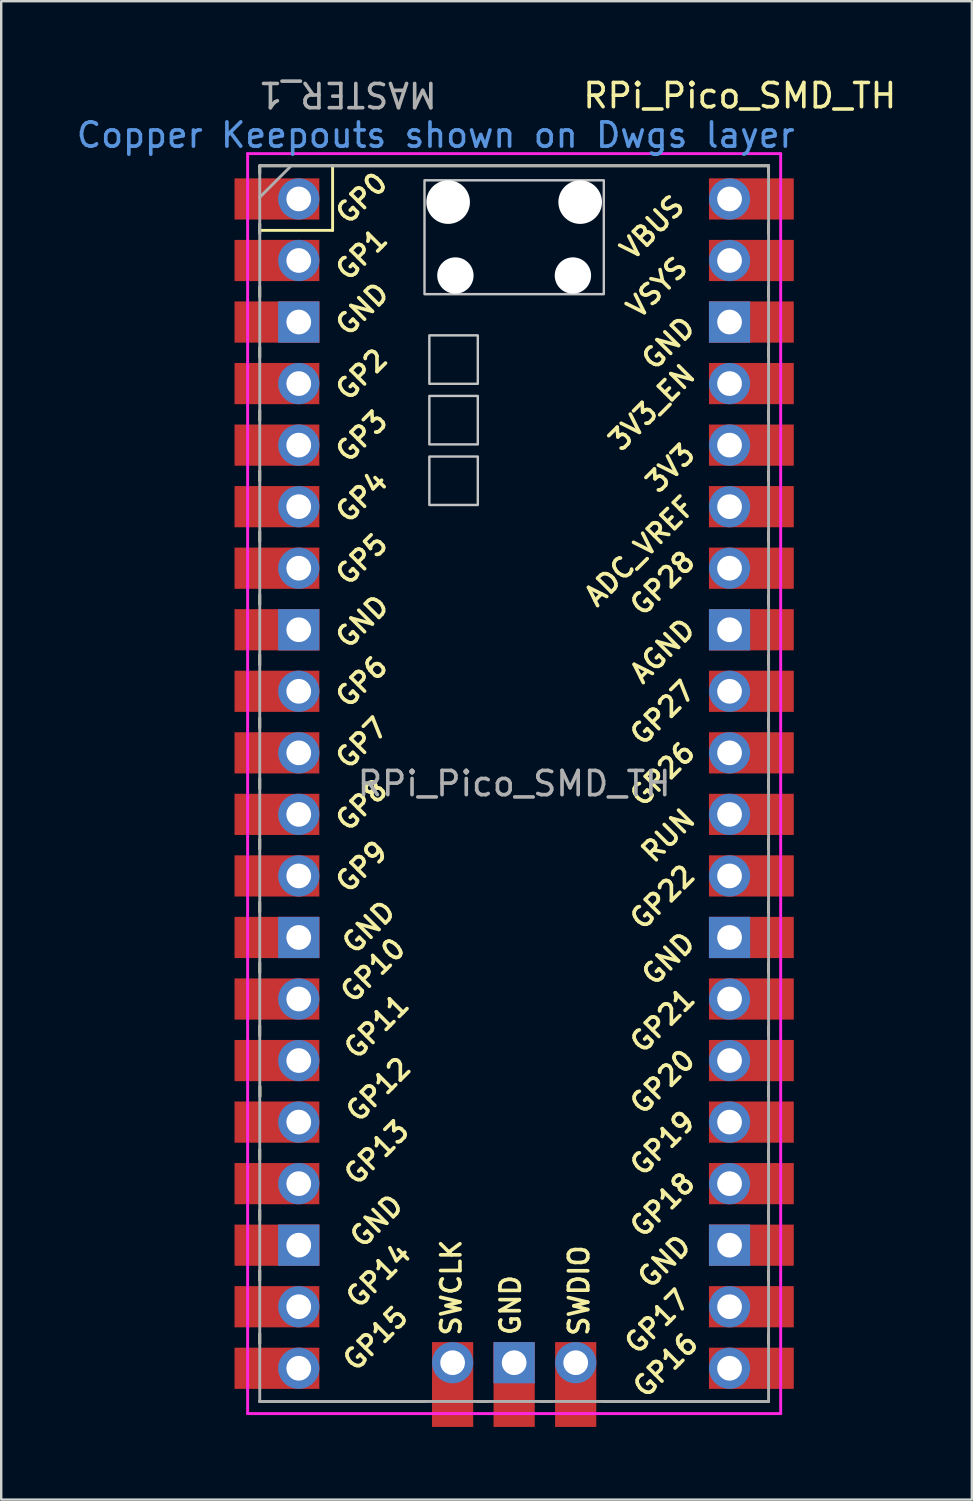
<source format=kicad_pcb>
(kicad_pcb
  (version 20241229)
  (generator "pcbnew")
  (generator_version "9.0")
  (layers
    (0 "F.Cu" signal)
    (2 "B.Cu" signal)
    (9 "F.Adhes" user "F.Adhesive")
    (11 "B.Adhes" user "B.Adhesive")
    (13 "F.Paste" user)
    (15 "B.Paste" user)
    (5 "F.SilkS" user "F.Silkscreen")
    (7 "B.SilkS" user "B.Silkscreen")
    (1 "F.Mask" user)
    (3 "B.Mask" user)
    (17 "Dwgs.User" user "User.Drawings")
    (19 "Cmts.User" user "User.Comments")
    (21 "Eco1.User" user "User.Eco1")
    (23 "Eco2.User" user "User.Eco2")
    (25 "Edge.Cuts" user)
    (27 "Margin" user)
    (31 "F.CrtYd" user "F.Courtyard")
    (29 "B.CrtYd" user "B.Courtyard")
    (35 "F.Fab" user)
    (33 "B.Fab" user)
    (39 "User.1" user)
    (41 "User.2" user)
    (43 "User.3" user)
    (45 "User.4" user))
  (footprint "RPi_Pico_SMD_TH"
    (layer "F.Cu")
    (at 18.195 29.341)
    (property "Reference" "RPi_Pico_SMD_TH" (at 9.287 -28.442 0) (layer "F.SilkS") (effects (font (size 1 1) (thickness 0.15))))
    (fp_line (start -10.525 -25.55) (end -10.525 -25.25) (stroke (width 0.12) (type solid)) (layer "F.SilkS"))
    (fp_line (start -10.525 -25.55) (end 10.475 -25.55) (stroke (width 0.12) (type solid)) (layer "F.SilkS"))
    (fp_line (start -10.525 -23.15) (end -10.525 -22.75) (stroke (width 0.12) (type solid)) (layer "F.SilkS"))
    (fp_line (start -10.525 -22.883) (end -7.518 -22.883) (stroke (width 0.12) (type solid)) (layer "F.SilkS"))
    (fp_line (start -10.525 -20.55) (end -10.525 -20.15) (stroke (width 0.12) (type solid)) (layer "F.SilkS"))
    (fp_line (start -10.525 -18.05) (end -10.525 -17.65) (stroke (width 0.12) (type solid)) (layer "F.SilkS"))
    (fp_line (start -10.525 -15.45) (end -10.525 -15.05) (stroke (width 0.12) (type solid)) (layer "F.SilkS"))
    (fp_line (start -10.525 -12.95) (end -10.525 -12.55) (stroke (width 0.12) (type solid)) (layer "F.SilkS"))
    (fp_line (start -10.525 -10.45) (end -10.525 -10.05) (stroke (width 0.12) (type solid)) (layer "F.SilkS"))
    (fp_line (start -10.525 -7.85) (end -10.525 -7.45) (stroke (width 0.12) (type solid)) (layer "F.SilkS"))
    (fp_line (start -10.525 -5.35) (end -10.525 -4.95) (stroke (width 0.12) (type solid)) (layer "F.SilkS"))
    (fp_line (start -10.525 -2.75) (end -10.525 -2.35) (stroke (width 0.12) (type solid)) (layer "F.SilkS"))
    (fp_line (start -10.525 -0.25) (end -10.525 0.15) (stroke (width 0.12) (type solid)) (layer "F.SilkS"))
    (fp_line (start -10.525 2.25) (end -10.525 2.65) (stroke (width 0.12) (type solid)) (layer "F.SilkS"))
    (fp_line (start -10.525 4.85) (end -10.525 5.25) (stroke (width 0.12) (type solid)) (layer "F.SilkS"))
    (fp_line (start -10.525 7.35) (end -10.525 7.75) (stroke (width 0.12) (type solid)) (layer "F.SilkS"))
    (fp_line (start -10.525 9.95) (end -10.525 10.35) (stroke (width 0.12) (type solid)) (layer "F.SilkS"))
    (fp_line (start -10.525 15.05) (end -10.525 15.45) (stroke (width 0.12) (type solid)) (layer "F.SilkS"))
    (fp_line (start -10.525 17.55) (end -10.525 17.95) (stroke (width 0.12) (type solid)) (layer "F.SilkS"))
    (fp_line (start -10.525 20.05) (end -10.525 20.45) (stroke (width 0.12) (type solid)) (layer "F.SilkS"))
    (fp_line (start -10.525 22.65) (end -10.525 23.05) (stroke (width 0.12) (type solid)) (layer "F.SilkS"))
    (fp_line (start -10.515 12.455) (end -10.515 12.855) (stroke (width 0.12) (type solid)) (layer "F.SilkS"))
    (fp_line (start -7.518 -22.883) (end -7.518 -25.55) (stroke (width 0.12) (type solid)) (layer "F.SilkS"))
    (fp_line (start -3.725 25.45) (end -10.525 25.45) (stroke (width 0.12) (type solid)) (layer "F.SilkS"))
    (fp_line (start -1.525 25.45) (end -1.125 25.45) (stroke (width 0.12) (type solid)) (layer "F.SilkS"))
    (fp_line (start 1.075 25.45) (end 1.475 25.45) (stroke (width 0.12) (type solid)) (layer "F.SilkS"))
    (fp_line (start 10.475 -25.55) (end 10.475 -25.25) (stroke (width 0.12) (type solid)) (layer "F.SilkS"))
    (fp_line (start 10.475 -23.15) (end 10.475 -22.75) (stroke (width 0.12) (type solid)) (layer "F.SilkS"))
    (fp_line (start 10.475 -20.55) (end 10.475 -20.15) (stroke (width 0.12) (type solid)) (layer "F.SilkS"))
    (fp_line (start 10.475 -18.05) (end 10.475 -17.65) (stroke (width 0.12) (type solid)) (layer "F.SilkS"))
    (fp_line (start 10.475 -15.45) (end 10.475 -15.05) (stroke (width 0.12) (type solid)) (layer "F.SilkS"))
    (fp_line (start 10.475 -12.95) (end 10.475 -12.55) (stroke (width 0.12) (type solid)) (layer "F.SilkS"))
    (fp_line (start 10.475 -10.45) (end 10.475 -10.05) (stroke (width 0.12) (type solid)) (layer "F.SilkS"))
    (fp_line (start 10.475 -7.85) (end 10.475 -7.45) (stroke (width 0.12) (type solid)) (layer "F.SilkS"))
    (fp_line (start 10.475 -5.35) (end 10.475 -4.95) (stroke (width 0.12) (type solid)) (layer "F.SilkS"))
    (fp_line (start 10.475 -2.75) (end 10.475 -2.35) (stroke (width 0.12) (type solid)) (layer "F.SilkS"))
    (fp_line (start 10.475 -0.25) (end 10.475 0.15) (stroke (width 0.12) (type solid)) (layer "F.SilkS"))
    (fp_line (start 10.475 2.25) (end 10.475 2.65) (stroke (width 0.12) (type solid)) (layer "F.SilkS"))
    (fp_line (start 10.475 4.85) (end 10.475 5.25) (stroke (width 0.12) (type solid)) (layer "F.SilkS"))
    (fp_line (start 10.475 7.35) (end 10.475 7.75) (stroke (width 0.12) (type solid)) (layer "F.SilkS"))
    (fp_line (start 10.475 9.95) (end 10.475 10.35) (stroke (width 0.12) (type solid)) (layer "F.SilkS"))
    (fp_line (start 10.475 12.45) (end 10.475 12.85) (stroke (width 0.12) (type solid)) (layer "F.SilkS"))
    (fp_line (start 10.475 15.05) (end 10.475 15.45) (stroke (width 0.12) (type solid)) (layer "F.SilkS"))
    (fp_line (start 10.475 17.55) (end 10.475 17.95) (stroke (width 0.12) (type solid)) (layer "F.SilkS"))
    (fp_line (start 10.475 20.05) (end 10.475 20.45) (stroke (width 0.12) (type solid)) (layer "F.SilkS"))
    (fp_line (start 10.475 22.65) (end 10.475 23.05) (stroke (width 0.12) (type solid)) (layer "F.SilkS"))
    (fp_line (start 10.475 25.45) (end 3.675 25.45) (stroke (width 0.12) (type solid)) (layer "F.SilkS"))
    (fp_poly (pts (xy -1.525 -16.55) (xy -3.525 -16.55) (xy -3.525 -18.55) (xy -1.525 -18.55)) (stroke (width 0.1) (type solid)) (fill no) (layer "Dwgs.User"))
    (fp_poly (pts (xy -1.525 -14.05) (xy -3.525 -14.05) (xy -3.525 -16.05) (xy -1.525 -16.05)) (stroke (width 0.1) (type solid)) (fill no) (layer "Dwgs.User"))
    (fp_poly (pts (xy -1.525 -11.55) (xy -3.525 -11.55) (xy -3.525 -13.55) (xy -1.525 -13.55)) (stroke (width 0.1) (type solid)) (fill no) (layer "Dwgs.User"))
    (fp_poly (pts (xy 3.675 -20.25) (xy -3.725 -20.25) (xy -3.725 -24.95) (xy 3.675 -24.95)) (stroke (width 0.1) (type solid)) (fill no) (layer "Dwgs.User"))
    (fp_line (start -11.025 -26.05) (end 10.975 -26.05) (stroke (width 0.12) (type solid)) (layer "F.CrtYd"))
    (fp_line (start -11.025 25.95) (end -11.025 -26.05) (stroke (width 0.12) (type solid)) (layer "F.CrtYd"))
    (fp_line (start 10.975 -26.05) (end 10.975 25.95) (stroke (width 0.12) (type solid)) (layer "F.CrtYd"))
    (fp_line (start 10.975 25.95) (end -11.025 25.95) (stroke (width 0.12) (type solid)) (layer "F.CrtYd"))
    (fp_line (start -10.525 -25.55) (end 10.475 -25.55) (stroke (width 0.12) (type solid)) (layer "F.Fab"))
    (fp_line (start -10.525 -24.25) (end -9.225 -25.55) (stroke (width 0.12) (type solid)) (layer "F.Fab"))
    (fp_line (start -10.525 25.45) (end -10.525 -25.55) (stroke (width 0.12) (type solid)) (layer "F.Fab"))
    (fp_line (start 10.475 -25.55) (end 10.475 25.45) (stroke (width 0.12) (type solid)) (layer "F.Fab"))
    (fp_line (start 10.475 25.45) (end -10.525 25.45) (stroke (width 0.12) (type solid)) (layer "F.Fab"))
    (fp_text user "RUN" (at 6.329 2.095 45) (layer "F.SilkS") (effects (font (size 0.8 0.8) (thickness 0.15))))
    (fp_text user "GND" (at -0.175 21.475 90) (layer "F.SilkS") (effects (font (size 0.8 0.8) (thickness 0.15))))
    (fp_text user "GP15" (at -5.75 22.85 45) (layer "F.SilkS") (effects (font (size 0.8 0.8) (thickness 0.15))))
    (fp_text user "GP5" (at -6.319 -9.31 45) (layer "F.SilkS") (effects (font (size 0.8 0.8) (thickness 0.15))))
    (fp_text user "GP12" (at -5.625 12.575 45) (layer "F.SilkS") (effects (font (size 0.8 0.8) (thickness 0.15))))
    (fp_text user "VBUS" (at 5.675 -23 45) (layer "F.SilkS") (effects (font (size 0.8 0.8) (thickness 0.15))))
    (fp_text user "GP28" (at 6.1 -8.319 45) (layer "F.SilkS") (effects (font (size 0.8 0.8) (thickness 0.15))))
    (fp_text user "GP4" (at -6.319 -11.885 45) (layer "F.SilkS") (effects (font (size 0.8 0.8) (thickness 0.15))))
    (fp_text user "VSYS" (at 5.875 -20.525 45) (layer "F.SilkS") (effects (font (size 0.8 0.8) (thickness 0.15))))
    (fp_text user "SWDIO" (at 2.65 20.875 90) (layer "F.SilkS") (effects (font (size 0.8 0.8) (thickness 0.15))))
    (fp_text user "GP13" (at -5.7 15.175 45) (layer "F.SilkS") (effects (font (size 0.8 0.8) (thickness 0.15))))
    (fp_text user "ADC_VREF" (at 5.157 -9.645 45) (layer "F.SilkS") (effects (font (size 0.8 0.8) (thickness 0.15))))
    (fp_text user "GND" (at -6.025 5.875 45) (layer "F.SilkS") (effects (font (size 0.8 0.8) (thickness 0.15))))
    (fp_text user "GP2" (at -6.319 -16.935 45) (layer "F.SilkS") (effects (font (size 0.8 0.8) (thickness 0.15))))
    (fp_text user "GP26" (at 6.1 -0.445 45) (layer "F.SilkS") (effects (font (size 0.8 0.8) (thickness 0.15))))
    (fp_text user "AGND" (at 6.1 -5.525 45) (layer "F.SilkS") (effects (font (size 0.8 0.8) (thickness 0.15))))
    (fp_text user "GP6" (at -6.319 -4.26 45) (layer "F.SilkS") (effects (font (size 0.8 0.8) (thickness 0.15))))
    (fp_text user "GP9" (at -6.319 3.38 45) (layer "F.SilkS") (effects (font (size 0.8 0.8) (thickness 0.15))))
    (fp_text user "GP27" (at 6.1 -2.975 45) (layer "F.SilkS") (effects (font (size 0.8 0.8) (thickness 0.15))))
    (fp_text user "GP22" (at 6.1 4.635 45) (layer "F.SilkS") (effects (font (size 0.8 0.8) (thickness 0.15))))
    (fp_text user "GP0" (at -6.319 -24.215 45) (layer "F.SilkS") (effects (font (size 0.8 0.8) (thickness 0.15))))
    (fp_text user "GP21" (at 6.1 9.725 45) (layer "F.SilkS") (effects (font (size 0.8 0.8) (thickness 0.15))))
    (fp_text user "3V3_EN" (at 5.656 -15.57 45) (layer "F.SilkS") (effects (font (size 0.8 0.8) (thickness 0.15))))
    (fp_text user "GP7" (at -6.319 -1.73 45) (layer "F.SilkS") (effects (font (size 0.8 0.8) (thickness 0.15))))
    (fp_text user "GP1" (at -6.319 -21.885 45) (layer "F.SilkS") (effects (font (size 0.8 0.8) (thickness 0.15))))
    (fp_text user "GP19" (at 6.1 14.795 45) (layer "F.SilkS") (effects (font (size 0.8 0.8) (thickness 0.15))))
    (fp_text user "GND" (at 6.342 -18.225 45) (layer "F.SilkS") (effects (font (size 0.8 0.8) (thickness 0.15))))
    (fp_text user "SWCLK" (at -2.625 20.75 90) (layer "F.SilkS") (effects (font (size 0.8 0.8) (thickness 0.15))))
    (fp_text user "GP16" (at 6.225 23.95 45) (layer "F.SilkS") (effects (font (size 0.8 0.8) (thickness 0.15))))
    (fp_text user "GP14" (at -5.625 20.25 45) (layer "F.SilkS") (effects (font (size 0.8 0.8) (thickness 0.15))))
    (fp_text user "GND" (at 6.342 7.175 45) (layer "F.SilkS") (effects (font (size 0.8 0.8) (thickness 0.15))))
    (fp_text user "GND" (at -6.292 -6.735 45) (layer "F.SilkS") (effects (font (size 0.8 0.8) (thickness 0.15))))
    (fp_text user "GP17" (at 5.875 22.15 45) (layer "F.SilkS") (effects (font (size 0.8 0.8) (thickness 0.15))))
    (fp_text user "GP8" (at -6.319 0.84 45) (layer "F.SilkS") (effects (font (size 0.8 0.8) (thickness 0.15))))
    (fp_text user "GP11" (at -5.7 9.975 45) (layer "F.SilkS") (effects (font (size 0.8 0.8) (thickness 0.15))))
    (fp_text user "3V3" (at 6.423 -13.075 45) (layer "F.SilkS") (effects (font (size 0.8 0.8) (thickness 0.15))))
    (fp_text user "GND" (at 6.175 19.675 45) (layer "F.SilkS") (effects (font (size 0.8 0.8) (thickness 0.15))))
    (fp_text user "GND" (at -5.7 18 45) (layer "F.SilkS") (effects (font (size 0.8 0.8) (thickness 0.15))))
    (fp_text user "GND" (at -6.292 -19.635 45) (layer "F.SilkS") (effects (font (size 0.8 0.8) (thickness 0.15))))
    (fp_text user "GP18" (at 6.1 17.335 45) (layer "F.SilkS") (effects (font (size 0.8 0.8) (thickness 0.15))))
    (fp_text user "GP3" (at -6.319 -14.385 45) (layer "F.SilkS") (effects (font (size 0.8 0.8) (thickness 0.15))))
    (fp_text user "GP20" (at 6.1 12.255 45) (layer "F.SilkS") (effects (font (size 0.8 0.8) (thickness 0.15))))
    (fp_text user "GP10" (at -5.85 7.65 45) (layer "F.SilkS") (effects (font (size 0.8 0.8) (thickness 0.15))))
    (fp_text user "Copper Keepouts shown on Dwgs layer" (at -3.261 -26.816 0) (layer "Cmts.User") (effects (font (size 1 1) (thickness 0.15))))
    (fp_text user "MASTER_1" (at -6.893 -28.492 180) (unlocked yes) (layer "F.Fab") (effects (font (size 1 1) (thickness 0.15))))
    (fp_text user "${REFERENCE}" (at -0.025 -0.05 180) (layer "F.Fab") (effects (font (size 1 1) (thickness 0.15))))
    (pad "" np_thru_hole oval (at -2.75 -24.05) (size 1.8 1.8) (drill 1.8) (layers "*.Cu" "*.Mask"))
    (pad "" np_thru_hole oval (at -2.45 -21.02) (size 1.5 1.5) (drill 1.5) (layers "*.Cu" "*.Mask"))
    (pad "" np_thru_hole oval (at 2.4 -21.02) (size 1.5 1.5) (drill 1.5) (layers "*.Cu" "*.Mask"))
    (pad "" np_thru_hole oval (at 2.7 -24.05) (size 1.8 1.8) (drill 1.8) (layers "*.Cu" "*.Mask"))
    (pad "1" thru_hole oval (at -8.915 -24.18) (size 1.7 1.7) (drill 1.02) (layers "*.Cu" "*.Mask"))
    (pad "1" smd rect (at -8.915 -24.18) (size 3.5 1.7) (drill (offset -0.9 0)) (layers "F.Cu" "F.Mask"))
    (pad "2" thru_hole oval (at -8.915 -21.64) (size 1.7 1.7) (drill 1.02) (layers "*.Cu" "*.Mask"))
    (pad "2" smd rect (at -8.915 -21.64) (size 3.5 1.7) (drill (offset -0.9 0)) (layers "F.Cu" "F.Mask"))
    (pad "3" thru_hole rect (at -8.915 -19.1) (size 1.7 1.7) (drill 1.02) (layers "*.Cu" "*.Mask"))
    (pad "3" smd rect (at -8.915 -19.1) (size 3.5 1.7) (drill (offset -0.9 0)) (layers "F.Cu" "F.Mask"))
    (pad "4" thru_hole oval (at -8.915 -16.56) (size 1.7 1.7) (drill 1.02) (layers "*.Cu" "*.Mask"))
    (pad "4" smd rect (at -8.915 -16.56) (size 3.5 1.7) (drill (offset -0.9 0)) (layers "F.Cu" "F.Mask"))
    (pad "5" thru_hole oval (at -8.915 -14.02) (size 1.7 1.7) (drill 1.02) (layers "*.Cu" "*.Mask"))
    (pad "5" smd rect (at -8.915 -14.02) (size 3.5 1.7) (drill (offset -0.9 0)) (layers "F.Cu" "F.Mask"))
    (pad "6" thru_hole oval (at -8.915 -11.48) (size 1.7 1.7) (drill 1.02) (layers "*.Cu" "*.Mask"))
    (pad "6" smd rect (at -8.915 -11.48) (size 3.5 1.7) (drill (offset -0.9 0)) (layers "F.Cu" "F.Mask"))
    (pad "7" thru_hole oval (at -8.915 -8.94) (size 1.7 1.7) (drill 1.02) (layers "*.Cu" "*.Mask"))
    (pad "7" smd rect (at -8.915 -8.94) (size 3.5 1.7) (drill (offset -0.9 0)) (layers "F.Cu" "F.Mask"))
    (pad "8" thru_hole rect (at -8.915 -6.4) (size 1.7 1.7) (drill 1.02) (layers "*.Cu" "*.Mask"))
    (pad "8" smd rect (at -8.915 -6.4) (size 3.5 1.7) (drill (offset -0.9 0)) (layers "F.Cu" "F.Mask"))
    (pad "9" thru_hole oval (at -8.915 -3.86) (size 1.7 1.7) (drill 1.02) (layers "*.Cu" "*.Mask"))
    (pad "9" smd rect (at -8.915 -3.86) (size 3.5 1.7) (drill (offset -0.9 0)) (layers "F.Cu" "F.Mask"))
    (pad "10" thru_hole oval (at -8.915 -1.32) (size 1.7 1.7) (drill 1.02) (layers "*.Cu" "*.Mask"))
    (pad "10" smd rect (at -8.915 -1.32) (size 3.5 1.7) (drill (offset -0.9 0)) (layers "F.Cu" "F.Mask"))
    (pad "11" thru_hole oval (at -8.915 1.22) (size 1.7 1.7) (drill 1.02) (layers "*.Cu" "*.Mask"))
    (pad "11" smd rect (at -8.915 1.22) (size 3.5 1.7) (drill (offset -0.9 0)) (layers "F.Cu" "F.Mask"))
    (pad "12" thru_hole oval (at -8.915 3.76) (size 1.7 1.7) (drill 1.02) (layers "*.Cu" "*.Mask"))
    (pad "12" smd rect (at -8.915 3.76) (size 3.5 1.7) (drill (offset -0.9 0)) (layers "F.Cu" "F.Mask"))
    (pad "13" thru_hole rect (at -8.915 6.3) (size 1.7 1.7) (drill 1.02) (layers "*.Cu" "*.Mask"))
    (pad "13" smd rect (at -8.915 6.3) (size 3.5 1.7) (drill (offset -0.9 0)) (layers "F.Cu" "F.Mask"))
    (pad "14" thru_hole oval (at -8.915 8.84) (size 1.7 1.7) (drill 1.02) (layers "*.Cu" "*.Mask"))
    (pad "14" smd rect (at -8.915 8.84) (size 3.5 1.7) (drill (offset -0.9 0)) (layers "F.Cu" "F.Mask"))
    (pad "15" thru_hole oval (at -8.915 11.38) (size 1.7 1.7) (drill 1.02) (layers "*.Cu" "*.Mask"))
    (pad "15" smd rect (at -8.915 11.38) (size 3.5 1.7) (drill (offset -0.9 0)) (layers "F.Cu" "F.Mask"))
    (pad "16" thru_hole oval (at -8.915 13.92) (size 1.7 1.7) (drill 1.02) (layers "*.Cu" "*.Mask"))
    (pad "16" smd rect (at -8.915 13.92) (size 3.5 1.7) (drill (offset -0.9 0)) (layers "F.Cu" "F.Mask"))
    (pad "17" thru_hole oval (at -8.915 16.46) (size 1.7 1.7) (drill 1.02) (layers "*.Cu" "*.Mask"))
    (pad "17" smd rect (at -8.915 16.46) (size 3.5 1.7) (drill (offset -0.9 0)) (layers "F.Cu" "F.Mask"))
    (pad "18" thru_hole rect (at -8.915 19) (size 1.7 1.7) (drill 1.02) (layers "*.Cu" "*.Mask"))
    (pad "18" smd rect (at -8.915 19) (size 3.5 1.7) (drill (offset -0.9 0)) (layers "F.Cu" "F.Mask"))
    (pad "19" thru_hole oval (at -8.915 21.54) (size 1.7 1.7) (drill 1.02) (layers "*.Cu" "*.Mask"))
    (pad "19" smd rect (at -8.915 21.54) (size 3.5 1.7) (drill (offset -0.9 0)) (layers "F.Cu" "F.Mask"))
    (pad "20" thru_hole oval (at -8.915 24.08) (size 1.7 1.7) (drill 1.02) (layers "*.Cu" "*.Mask"))
    (pad "20" smd rect (at -8.915 24.08) (size 3.5 1.7) (drill (offset -0.9 0)) (layers "F.Cu" "F.Mask"))
    (pad "21" thru_hole oval (at 8.865 24.08) (size 1.7 1.7) (drill 1.02) (layers "*.Cu" "*.Mask"))
    (pad "21" smd rect (at 8.865 24.08) (size 3.5 1.7) (drill (offset 0.9 0)) (layers "F.Cu" "F.Mask"))
    (pad "22" thru_hole oval (at 8.865 21.54) (size 1.7 1.7) (drill 1.02) (layers "*.Cu" "*.Mask"))
    (pad "22" smd rect (at 8.865 21.54) (size 3.5 1.7) (drill (offset 0.9 0)) (layers "F.Cu" "F.Mask"))
    (pad "23" thru_hole rect (at 8.865 19) (size 1.7 1.7) (drill 1.02) (layers "*.Cu" "*.Mask"))
    (pad "23" smd rect (at 8.865 19) (size 3.5 1.7) (drill (offset 0.9 0)) (layers "F.Cu" "F.Mask"))
    (pad "24" thru_hole oval (at 8.865 16.46) (size 1.7 1.7) (drill 1.02) (layers "*.Cu" "*.Mask"))
    (pad "24" smd rect (at 8.865 16.46) (size 3.5 1.7) (drill (offset 0.9 0)) (layers "F.Cu" "F.Mask"))
    (pad "25" thru_hole oval (at 8.865 13.92) (size 1.7 1.7) (drill 1.02) (layers "*.Cu" "*.Mask"))
    (pad "25" smd rect (at 8.865 13.92) (size 3.5 1.7) (drill (offset 0.9 0)) (layers "F.Cu" "F.Mask"))
    (pad "26" thru_hole oval (at 8.865 11.38) (size 1.7 1.7) (drill 1.02) (layers "*.Cu" "*.Mask"))
    (pad "26" smd rect (at 8.865 11.38) (size 3.5 1.7) (drill (offset 0.9 0)) (layers "F.Cu" "F.Mask"))
    (pad "27" thru_hole oval (at 8.865 8.84) (size 1.7 1.7) (drill 1.02) (layers "*.Cu" "*.Mask"))
    (pad "27" smd rect (at 8.865 8.84) (size 3.5 1.7) (drill (offset 0.9 0)) (layers "F.Cu" "F.Mask"))
    (pad "28" thru_hole rect (at 8.865 6.3) (size 1.7 1.7) (drill 1.02) (layers "*.Cu" "*.Mask"))
    (pad "28" smd rect (at 8.865 6.3) (size 3.5 1.7) (drill (offset 0.9 0)) (layers "F.Cu" "F.Mask"))
    (pad "29" thru_hole oval (at 8.865 3.76) (size 1.7 1.7) (drill 1.02) (layers "*.Cu" "*.Mask"))
    (pad "29" smd rect (at 8.865 3.76) (size 3.5 1.7) (drill (offset 0.9 0)) (layers "F.Cu" "F.Mask"))
    (pad "30" thru_hole oval (at 8.865 1.22) (size 1.7 1.7) (drill 1.02) (layers "*.Cu" "*.Mask"))
    (pad "30" smd rect (at 8.865 1.22) (size 3.5 1.7) (drill (offset 0.9 0)) (layers "F.Cu" "F.Mask"))
    (pad "31" thru_hole oval (at 8.865 -1.32) (size 1.7 1.7) (drill 1.02) (layers "*.Cu" "*.Mask"))
    (pad "31" smd rect (at 8.865 -1.32) (size 3.5 1.7) (drill (offset 0.9 0)) (layers "F.Cu" "F.Mask"))
    (pad "32" thru_hole oval (at 8.865 -3.86) (size 1.7 1.7) (drill 1.02) (layers "*.Cu" "*.Mask"))
    (pad "32" smd rect (at 8.865 -3.86) (size 3.5 1.7) (drill (offset 0.9 0)) (layers "F.Cu" "F.Mask"))
    (pad "33" thru_hole rect (at 8.865 -6.4) (size 1.7 1.7) (drill 1.02) (layers "*.Cu" "*.Mask"))
    (pad "33" smd rect (at 8.865 -6.4) (size 3.5 1.7) (drill (offset 0.9 0)) (layers "F.Cu" "F.Mask"))
    (pad "34" thru_hole oval (at 8.865 -8.94) (size 1.7 1.7) (drill 1.02) (layers "*.Cu" "*.Mask"))
    (pad "34" smd rect (at 8.865 -8.94) (size 3.5 1.7) (drill (offset 0.9 0)) (layers "F.Cu" "F.Mask"))
    (pad "35" thru_hole oval (at 8.865 -11.48) (size 1.7 1.7) (drill 1.02) (layers "*.Cu" "*.Mask"))
    (pad "35" smd rect (at 8.865 -11.48) (size 3.5 1.7) (drill (offset 0.9 0)) (layers "F.Cu" "F.Mask"))
    (pad "36" thru_hole oval (at 8.865 -14.02) (size 1.7 1.7) (drill 1.02) (layers "*.Cu" "*.Mask"))
    (pad "36" smd rect (at 8.865 -14.02) (size 3.5 1.7) (drill (offset 0.9 0)) (layers "F.Cu" "F.Mask"))
    (pad "37" thru_hole oval (at 8.865 -16.56) (size 1.7 1.7) (drill 1.02) (layers "*.Cu" "*.Mask"))
    (pad "37" smd rect (at 8.865 -16.56) (size 3.5 1.7) (drill (offset 0.9 0)) (layers "F.Cu" "F.Mask"))
    (pad "38" thru_hole rect (at 8.865 -19.1) (size 1.7 1.7) (drill 1.02) (layers "*.Cu" "*.Mask"))
    (pad "38" smd rect (at 8.865 -19.1) (size 3.5 1.7) (drill (offset 0.9 0)) (layers "F.Cu" "F.Mask"))
    (pad "39" thru_hole oval (at 8.865 -21.64) (size 1.7 1.7) (drill 1.02) (layers "*.Cu" "*.Mask"))
    (pad "39" smd rect (at 8.865 -21.64) (size 3.5 1.7) (drill (offset 0.9 0)) (layers "F.Cu" "F.Mask"))
    (pad "40" thru_hole oval (at 8.865 -24.18) (size 1.7 1.7) (drill 1.02) (layers "*.Cu" "*.Mask"))
    (pad "40" smd rect (at 8.865 -24.18) (size 3.5 1.7) (drill (offset 0.9 0)) (layers "F.Cu" "F.Mask"))
    (pad "41" thru_hole oval (at -2.565 23.85) (size 1.7 1.7) (drill 1.02) (layers "*.Cu" "*.Mask"))
    (pad "41" smd rect (at -2.565 23.85 90) (size 3.5 1.7) (drill (offset -0.9 0)) (layers "F.Cu" "F.Mask"))
    (pad "42" thru_hole rect (at -0.025 23.85) (size 1.7 1.7) (drill 1.02) (layers "*.Cu" "*.Mask"))
    (pad "42" smd rect (at -0.025 23.85 90) (size 3.5 1.7) (drill (offset -0.9 0)) (layers "F.Cu" "F.Mask"))
    (pad "43" thru_hole oval (at 2.515 23.85) (size 1.7 1.7) (drill 1.02) (layers "*.Cu" "*.Mask"))
    (pad "43" smd rect (at 2.515 23.85 90) (size 3.5 1.7) (drill (offset -0.9 0)) (layers "F.Cu" "F.Mask")))
  (gr_rect
    (start -3 -3)
    (end 37.06 58.841)
    (stroke (width 0.1) (type default))
    (fill no)
    (layer "Edge.Cuts")))
</source>
